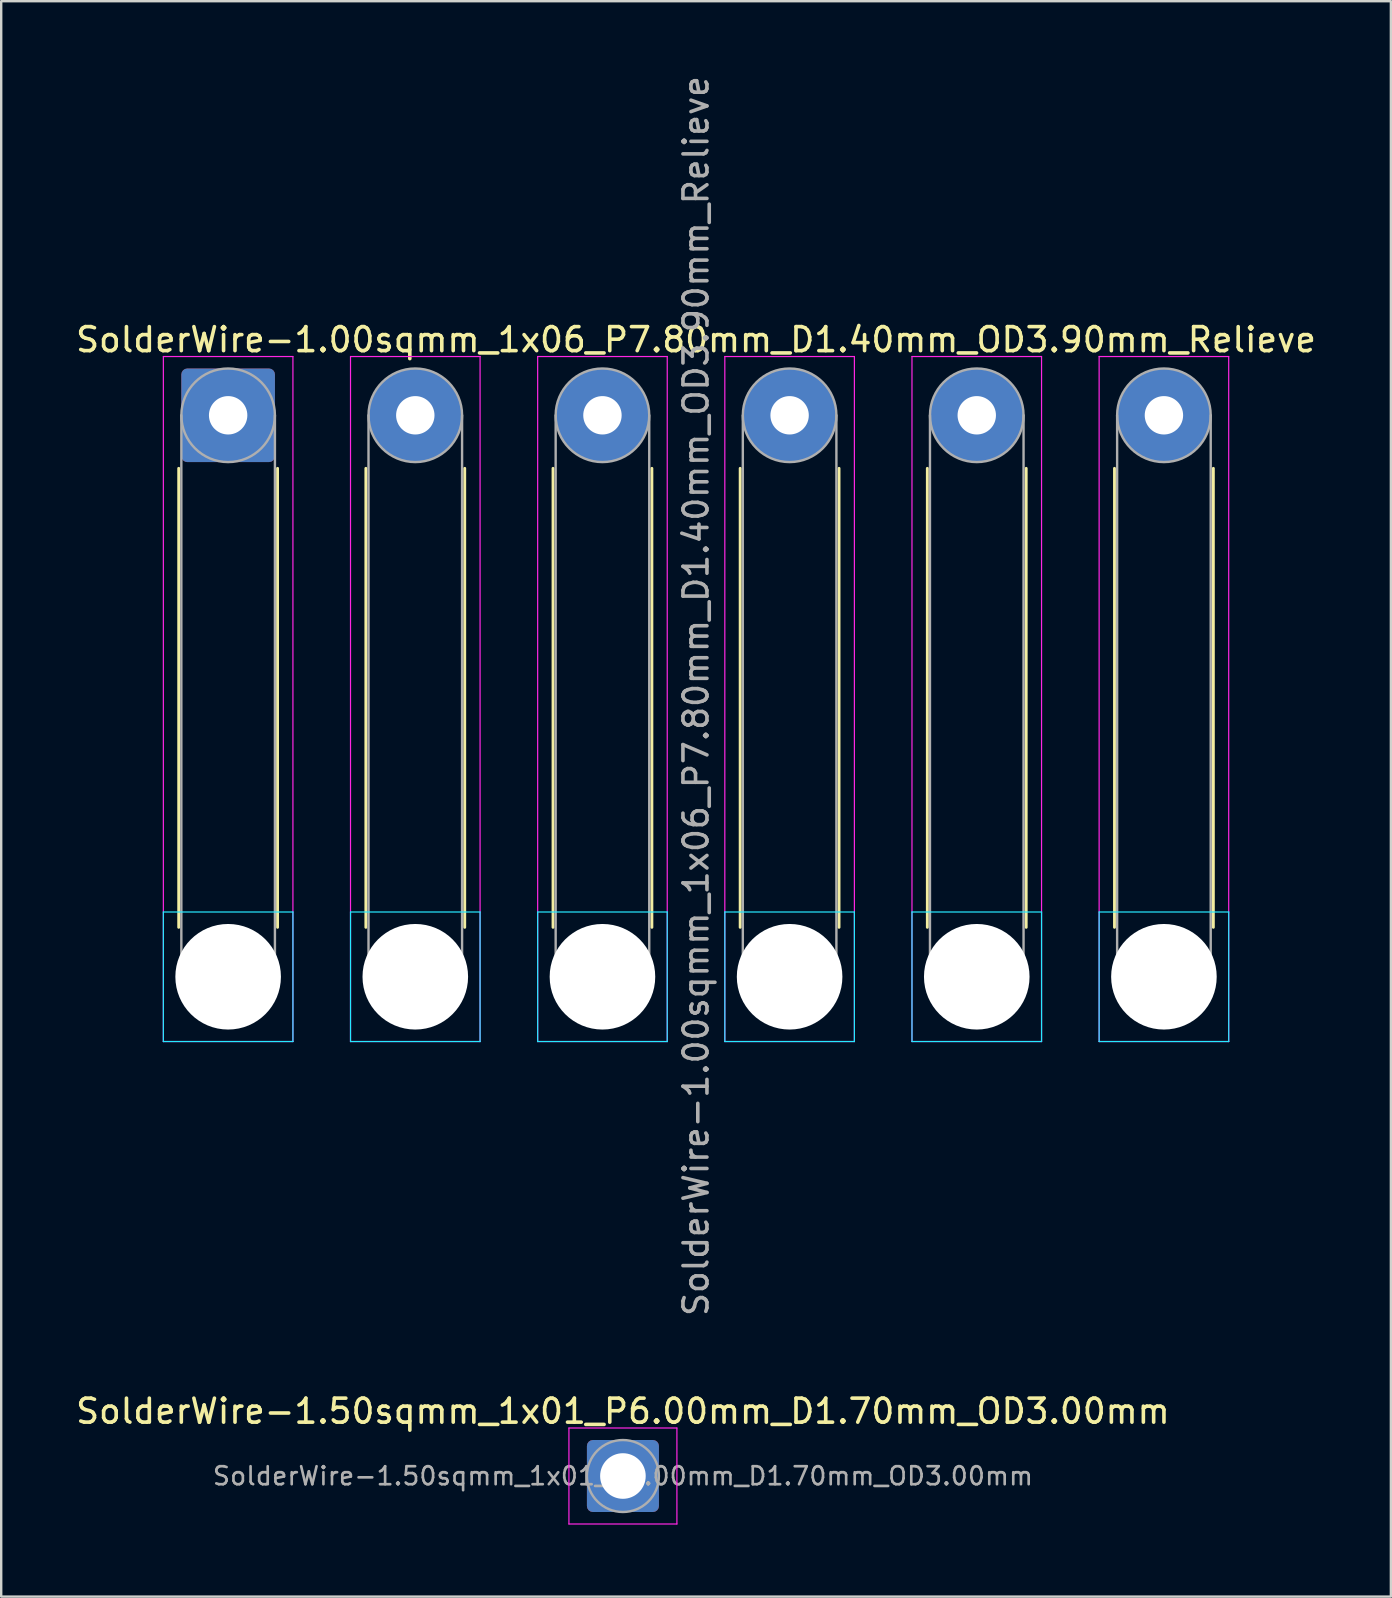
<source format=kicad_pcb>
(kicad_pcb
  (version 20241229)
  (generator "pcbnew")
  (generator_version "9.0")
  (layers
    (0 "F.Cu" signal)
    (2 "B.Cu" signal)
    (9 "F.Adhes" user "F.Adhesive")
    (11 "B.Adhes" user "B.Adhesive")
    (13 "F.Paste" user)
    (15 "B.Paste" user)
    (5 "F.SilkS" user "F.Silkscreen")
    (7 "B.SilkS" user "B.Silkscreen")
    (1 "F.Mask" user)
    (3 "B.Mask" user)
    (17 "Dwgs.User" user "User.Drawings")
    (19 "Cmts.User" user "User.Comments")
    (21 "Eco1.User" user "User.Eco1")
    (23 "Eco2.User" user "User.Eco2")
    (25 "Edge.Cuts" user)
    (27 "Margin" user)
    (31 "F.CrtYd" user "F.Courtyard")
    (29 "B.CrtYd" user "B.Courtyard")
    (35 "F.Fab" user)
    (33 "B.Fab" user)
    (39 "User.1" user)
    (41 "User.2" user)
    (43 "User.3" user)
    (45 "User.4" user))
  (footprint "SolderWire-1.50sqmm_1x01_P6.00mm_D1.70mm_OD3.00mm"
    (layer "F.Cu")
    (at 22.911 58.465)
    (property "Reference" "SolderWire-1.50sqmm_1x01_P6.00mm_D1.70mm_OD3.00mm" (at 0 -2.7 0) (layer "F.SilkS") (effects (font (size 1 1) (thickness 0.15))))
    (attr exclude_from_pos_files exclude_from_bom)
    (fp_line (start -2.25 -2) (end -2.25 2) (stroke (width 0.05) (type solid)) (layer "F.CrtYd"))
    (fp_line (start -2.25 2) (end 2.25 2) (stroke (width 0.05) (type solid)) (layer "F.CrtYd"))
    (fp_line (start 2.25 -2) (end -2.25 -2) (stroke (width 0.05) (type solid)) (layer "F.CrtYd"))
    (fp_line (start 2.25 2) (end 2.25 -2) (stroke (width 0.05) (type solid)) (layer "F.CrtYd"))
    (fp_circle (center 0 0) (end 1.5 0) (stroke (width 0.1) (type solid)) (fill no) (layer "F.Fab"))
    (fp_text user "${REFERENCE}" (at 0 0 0) (layer "F.Fab") (effects (font (size 0.75 0.75) (thickness 0.11))))
    (pad "1" thru_hole roundrect (at 0 0) (size 3 3) (drill 1.9) (layers "*.Cu" "*.Mask") (roundrect_rratio 0.083)))
  (footprint "SolderWire-1.00sqmm_1x06_P7.80mm_D1.40mm_OD3.90mm_Relieve"
    (layer "F.Cu")
    (at 6.458 14.258)
    (property "Reference" "SolderWire-1.00sqmm_1x06_P7.80mm_D1.40mm_OD3.90mm_Relieve" (at 19.5 -3.15 0) (layer "F.SilkS") (effects (font (size 1 1) (thickness 0.15))))
    (attr exclude_from_pos_files exclude_from_bom)
    (fp_line (start -2.06 2.21) (end -2.06 21.34) (stroke (width 0.12) (type solid)) (layer "F.SilkS"))
    (fp_line (start 2.06 2.21) (end 2.06 21.34) (stroke (width 0.12) (type solid)) (layer "F.SilkS"))
    (fp_line (start 5.74 2.21) (end 5.74 21.34) (stroke (width 0.12) (type solid)) (layer "F.SilkS"))
    (fp_line (start 9.86 2.21) (end 9.86 21.34) (stroke (width 0.12) (type solid)) (layer "F.SilkS"))
    (fp_line (start 13.54 2.21) (end 13.54 21.34) (stroke (width 0.12) (type solid)) (layer "F.SilkS"))
    (fp_line (start 17.66 2.21) (end 17.66 21.34) (stroke (width 0.12) (type solid)) (layer "F.SilkS"))
    (fp_line (start 21.34 2.21) (end 21.34 21.34) (stroke (width 0.12) (type solid)) (layer "F.SilkS"))
    (fp_line (start 25.46 2.21) (end 25.46 21.34) (stroke (width 0.12) (type solid)) (layer "F.SilkS"))
    (fp_line (start 29.14 2.21) (end 29.14 21.34) (stroke (width 0.12) (type solid)) (layer "F.SilkS"))
    (fp_line (start 33.26 2.21) (end 33.26 21.34) (stroke (width 0.12) (type solid)) (layer "F.SilkS"))
    (fp_line (start 36.94 2.21) (end 36.94 21.34) (stroke (width 0.12) (type solid)) (layer "F.SilkS"))
    (fp_line (start 41.06 2.21) (end 41.06 21.34) (stroke (width 0.12) (type solid)) (layer "F.SilkS"))
    (fp_line (start -2.7 20.7) (end -2.7 26.1) (stroke (width 0.05) (type solid)) (layer "B.CrtYd"))
    (fp_line (start -2.7 26.1) (end 2.7 26.1) (stroke (width 0.05) (type solid)) (layer "B.CrtYd"))
    (fp_line (start 2.7 20.7) (end -2.7 20.7) (stroke (width 0.05) (type solid)) (layer "B.CrtYd"))
    (fp_line (start 2.7 26.1) (end 2.7 20.7) (stroke (width 0.05) (type solid)) (layer "B.CrtYd"))
    (fp_line (start 5.1 20.7) (end 5.1 26.1) (stroke (width 0.05) (type solid)) (layer "B.CrtYd"))
    (fp_line (start 5.1 26.1) (end 10.5 26.1) (stroke (width 0.05) (type solid)) (layer "B.CrtYd"))
    (fp_line (start 10.5 20.7) (end 5.1 20.7) (stroke (width 0.05) (type solid)) (layer "B.CrtYd"))
    (fp_line (start 10.5 26.1) (end 10.5 20.7) (stroke (width 0.05) (type solid)) (layer "B.CrtYd"))
    (fp_line (start 12.9 20.7) (end 12.9 26.1) (stroke (width 0.05) (type solid)) (layer "B.CrtYd"))
    (fp_line (start 12.9 26.1) (end 18.3 26.1) (stroke (width 0.05) (type solid)) (layer "B.CrtYd"))
    (fp_line (start 18.3 20.7) (end 12.9 20.7) (stroke (width 0.05) (type solid)) (layer "B.CrtYd"))
    (fp_line (start 18.3 26.1) (end 18.3 20.7) (stroke (width 0.05) (type solid)) (layer "B.CrtYd"))
    (fp_line (start 20.7 20.7) (end 20.7 26.1) (stroke (width 0.05) (type solid)) (layer "B.CrtYd"))
    (fp_line (start 20.7 26.1) (end 26.1 26.1) (stroke (width 0.05) (type solid)) (layer "B.CrtYd"))
    (fp_line (start 26.1 20.7) (end 20.7 20.7) (stroke (width 0.05) (type solid)) (layer "B.CrtYd"))
    (fp_line (start 26.1 26.1) (end 26.1 20.7) (stroke (width 0.05) (type solid)) (layer "B.CrtYd"))
    (fp_line (start 28.5 20.7) (end 28.5 26.1) (stroke (width 0.05) (type solid)) (layer "B.CrtYd"))
    (fp_line (start 28.5 26.1) (end 33.9 26.1) (stroke (width 0.05) (type solid)) (layer "B.CrtYd"))
    (fp_line (start 33.9 20.7) (end 28.5 20.7) (stroke (width 0.05) (type solid)) (layer "B.CrtYd"))
    (fp_line (start 33.9 26.1) (end 33.9 20.7) (stroke (width 0.05) (type solid)) (layer "B.CrtYd"))
    (fp_line (start 36.3 20.7) (end 36.3 26.1) (stroke (width 0.05) (type solid)) (layer "B.CrtYd"))
    (fp_line (start 36.3 26.1) (end 41.7 26.1) (stroke (width 0.05) (type solid)) (layer "B.CrtYd"))
    (fp_line (start 41.7 20.7) (end 36.3 20.7) (stroke (width 0.05) (type solid)) (layer "B.CrtYd"))
    (fp_line (start 41.7 26.1) (end 41.7 20.7) (stroke (width 0.05) (type solid)) (layer "B.CrtYd"))
    (fp_line (start -2.7 -2.45) (end -2.7 26.1) (stroke (width 0.05) (type solid)) (layer "F.CrtYd"))
    (fp_line (start -2.7 26.1) (end 2.7 26.1) (stroke (width 0.05) (type solid)) (layer "F.CrtYd"))
    (fp_line (start 2.7 -2.45) (end -2.7 -2.45) (stroke (width 0.05) (type solid)) (layer "F.CrtYd"))
    (fp_line (start 2.7 26.1) (end 2.7 -2.45) (stroke (width 0.05) (type solid)) (layer "F.CrtYd"))
    (fp_line (start 5.1 -2.45) (end 5.1 26.1) (stroke (width 0.05) (type solid)) (layer "F.CrtYd"))
    (fp_line (start 5.1 26.1) (end 10.5 26.1) (stroke (width 0.05) (type solid)) (layer "F.CrtYd"))
    (fp_line (start 10.5 -2.45) (end 5.1 -2.45) (stroke (width 0.05) (type solid)) (layer "F.CrtYd"))
    (fp_line (start 10.5 26.1) (end 10.5 -2.45) (stroke (width 0.05) (type solid)) (layer "F.CrtYd"))
    (fp_line (start 12.9 -2.45) (end 12.9 26.1) (stroke (width 0.05) (type solid)) (layer "F.CrtYd"))
    (fp_line (start 12.9 26.1) (end 18.3 26.1) (stroke (width 0.05) (type solid)) (layer "F.CrtYd"))
    (fp_line (start 18.3 -2.45) (end 12.9 -2.45) (stroke (width 0.05) (type solid)) (layer "F.CrtYd"))
    (fp_line (start 18.3 26.1) (end 18.3 -2.45) (stroke (width 0.05) (type solid)) (layer "F.CrtYd"))
    (fp_line (start 20.7 -2.45) (end 20.7 26.1) (stroke (width 0.05) (type solid)) (layer "F.CrtYd"))
    (fp_line (start 20.7 26.1) (end 26.1 26.1) (stroke (width 0.05) (type solid)) (layer "F.CrtYd"))
    (fp_line (start 26.1 -2.45) (end 20.7 -2.45) (stroke (width 0.05) (type solid)) (layer "F.CrtYd"))
    (fp_line (start 26.1 26.1) (end 26.1 -2.45) (stroke (width 0.05) (type solid)) (layer "F.CrtYd"))
    (fp_line (start 28.5 -2.45) (end 28.5 26.1) (stroke (width 0.05) (type solid)) (layer "F.CrtYd"))
    (fp_line (start 28.5 26.1) (end 33.9 26.1) (stroke (width 0.05) (type solid)) (layer "F.CrtYd"))
    (fp_line (start 33.9 -2.45) (end 28.5 -2.45) (stroke (width 0.05) (type solid)) (layer "F.CrtYd"))
    (fp_line (start 33.9 26.1) (end 33.9 -2.45) (stroke (width 0.05) (type solid)) (layer "F.CrtYd"))
    (fp_line (start 36.3 -2.45) (end 36.3 26.1) (stroke (width 0.05) (type solid)) (layer "F.CrtYd"))
    (fp_line (start 36.3 26.1) (end 41.7 26.1) (stroke (width 0.05) (type solid)) (layer "F.CrtYd"))
    (fp_line (start 41.7 -2.45) (end 36.3 -2.45) (stroke (width 0.05) (type solid)) (layer "F.CrtYd"))
    (fp_line (start 41.7 26.1) (end 41.7 -2.45) (stroke (width 0.05) (type solid)) (layer "F.CrtYd"))
    (fp_line (start -1.95 0) (end -1.95 23.4) (stroke (width 0.1) (type solid)) (layer "F.Fab"))
    (fp_line (start 1.95 0) (end 1.95 23.4) (stroke (width 0.1) (type solid)) (layer "F.Fab"))
    (fp_line (start 5.85 0) (end 5.85 23.4) (stroke (width 0.1) (type solid)) (layer "F.Fab"))
    (fp_line (start 9.75 0) (end 9.75 23.4) (stroke (width 0.1) (type solid)) (layer "F.Fab"))
    (fp_line (start 13.65 0) (end 13.65 23.4) (stroke (width 0.1) (type solid)) (layer "F.Fab"))
    (fp_line (start 17.55 0) (end 17.55 23.4) (stroke (width 0.1) (type solid)) (layer "F.Fab"))
    (fp_line (start 21.45 0) (end 21.45 23.4) (stroke (width 0.1) (type solid)) (layer "F.Fab"))
    (fp_line (start 25.35 0) (end 25.35 23.4) (stroke (width 0.1) (type solid)) (layer "F.Fab"))
    (fp_line (start 29.25 0) (end 29.25 23.4) (stroke (width 0.1) (type solid)) (layer "F.Fab"))
    (fp_line (start 33.15 0) (end 33.15 23.4) (stroke (width 0.1) (type solid)) (layer "F.Fab"))
    (fp_line (start 37.05 0) (end 37.05 23.4) (stroke (width 0.1) (type solid)) (layer "F.Fab"))
    (fp_line (start 40.95 0) (end 40.95 23.4) (stroke (width 0.1) (type solid)) (layer "F.Fab"))
    (fp_circle (center 0 0) (end 1.95 0) (stroke (width 0.1) (type solid)) (fill no) (layer "F.Fab"))
    (fp_circle (center 0 23.4) (end 1.95 23.4) (stroke (width 0.1) (type solid)) (fill no) (layer "F.Fab"))
    (fp_circle (center 7.8 0) (end 9.75 0) (stroke (width 0.1) (type solid)) (fill no) (layer "F.Fab"))
    (fp_circle (center 7.8 23.4) (end 9.75 23.4) (stroke (width 0.1) (type solid)) (fill no) (layer "F.Fab"))
    (fp_circle (center 15.6 0) (end 17.55 0) (stroke (width 0.1) (type solid)) (fill no) (layer "F.Fab"))
    (fp_circle (center 15.6 23.4) (end 17.55 23.4) (stroke (width 0.1) (type solid)) (fill no) (layer "F.Fab"))
    (fp_circle (center 23.4 0) (end 25.35 0) (stroke (width 0.1) (type solid)) (fill no) (layer "F.Fab"))
    (fp_circle (center 23.4 23.4) (end 25.35 23.4) (stroke (width 0.1) (type solid)) (fill no) (layer "F.Fab"))
    (fp_circle (center 31.2 0) (end 33.15 0) (stroke (width 0.1) (type solid)) (fill no) (layer "F.Fab"))
    (fp_circle (center 31.2 23.4) (end 33.15 23.4) (stroke (width 0.1) (type solid)) (fill no) (layer "F.Fab"))
    (fp_circle (center 39 0) (end 40.95 0) (stroke (width 0.1) (type solid)) (fill no) (layer "F.Fab"))
    (fp_circle (center 39 23.4) (end 40.95 23.4) (stroke (width 0.1) (type solid)) (fill no) (layer "F.Fab"))
    (fp_text user "${REFERENCE}" (at 19.5 11.7 90) (layer "F.Fab") (effects (font (size 1 1) (thickness 0.15))))
    (pad "" np_thru_hole circle (at 0 23.4) (size 4.4 4.4) (drill 4.4) (layers "*.Cu" "*.Mask"))
    (pad "" np_thru_hole circle (at 7.8 23.4) (size 4.4 4.4) (drill 4.4) (layers "*.Cu" "*.Mask"))
    (pad "" np_thru_hole circle (at 15.6 23.4) (size 4.4 4.4) (drill 4.4) (layers "*.Cu" "*.Mask"))
    (pad "" np_thru_hole circle (at 23.4 23.4) (size 4.4 4.4) (drill 4.4) (layers "*.Cu" "*.Mask"))
    (pad "" np_thru_hole circle (at 31.2 23.4) (size 4.4 4.4) (drill 4.4) (layers "*.Cu" "*.Mask"))
    (pad "" np_thru_hole circle (at 39 23.4) (size 4.4 4.4) (drill 4.4) (layers "*.Cu" "*.Mask"))
    (pad "1" thru_hole roundrect (at 0 0) (size 3.9 3.9) (drill 1.6) (layers "*.Cu" "*.Mask") (roundrect_rratio 0.064))
    (pad "2" thru_hole circle (at 7.8 0) (size 3.9 3.9) (drill 1.6) (layers "*.Cu" "*.Mask"))
    (pad "3" thru_hole circle (at 15.6 0) (size 3.9 3.9) (drill 1.6) (layers "*.Cu" "*.Mask"))
    (pad "4" thru_hole circle (at 23.4 0) (size 3.9 3.9) (drill 1.6) (layers "*.Cu" "*.Mask"))
    (pad "5" thru_hole circle (at 31.2 0) (size 3.9 3.9) (drill 1.6) (layers "*.Cu" "*.Mask"))
    (pad "6" thru_hole circle (at 39 0) (size 3.9 3.9) (drill 1.6) (layers "*.Cu" "*.Mask")))
  (gr_rect
    (start -3 -3)
    (end 54.917 63.49)
    (stroke (width 0.1) (type default))
    (fill no)
    (layer "Edge.Cuts")))
</source>
